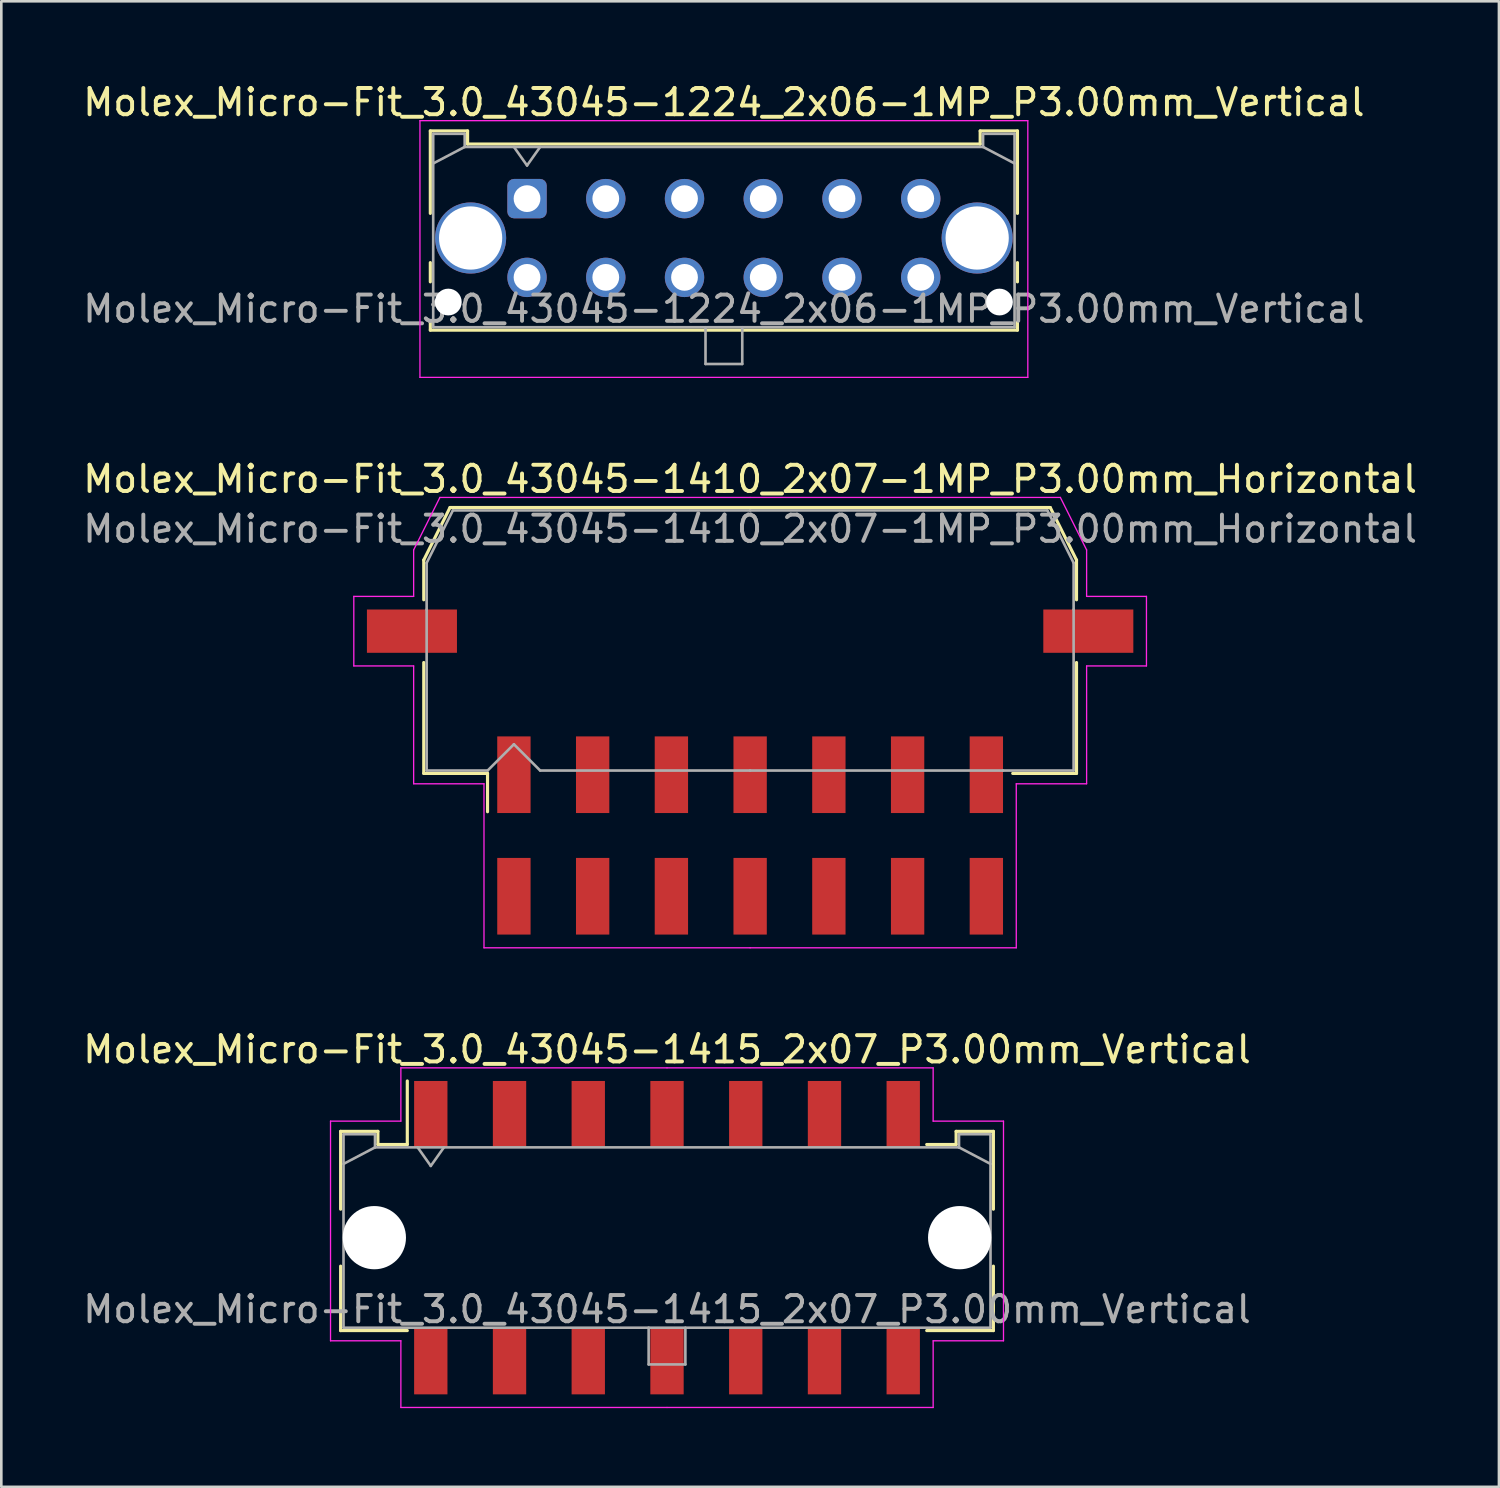
<source format=kicad_pcb>
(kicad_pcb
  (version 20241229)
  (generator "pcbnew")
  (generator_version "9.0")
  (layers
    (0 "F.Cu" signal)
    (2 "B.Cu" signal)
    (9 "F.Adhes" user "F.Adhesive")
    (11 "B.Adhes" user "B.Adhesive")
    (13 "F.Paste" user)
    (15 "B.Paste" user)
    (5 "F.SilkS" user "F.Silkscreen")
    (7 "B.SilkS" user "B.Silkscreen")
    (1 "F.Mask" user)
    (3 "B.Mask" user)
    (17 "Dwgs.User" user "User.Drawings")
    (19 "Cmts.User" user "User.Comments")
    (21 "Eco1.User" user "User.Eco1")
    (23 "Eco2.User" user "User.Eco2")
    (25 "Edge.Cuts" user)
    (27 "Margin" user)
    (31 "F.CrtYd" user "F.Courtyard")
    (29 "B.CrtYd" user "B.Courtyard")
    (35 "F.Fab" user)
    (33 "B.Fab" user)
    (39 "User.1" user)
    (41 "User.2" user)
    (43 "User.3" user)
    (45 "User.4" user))
  (footprint "Molex_Micro-Fit_3.0_43045-1415_2x07_P3.00mm_Vertical"
    (layer "F.Cu")
    (at 22.363 44.105)
    (property "Reference" "Molex_Micro-Fit_3.0_43045-1415_2x07_P3.00mm_Vertical" (at 0 -7.17 0) (layer "F.SilkS") (effects (font (size 1 1) (thickness 0.15))))
    (attr smd)
    (fp_line (start -12.435 -4.05) (end -11.015 -4.05) (stroke (width 0.12) (type solid)) (layer "F.SilkS"))
    (fp_line (start -12.435 -1.085) (end -12.435 -4.05) (stroke (width 0.12) (type solid)) (layer "F.SilkS"))
    (fp_line (start -12.435 1.085) (end -12.435 3.54) (stroke (width 0.12) (type solid)) (layer "F.SilkS"))
    (fp_line (start -12.435 3.54) (end -9.895 3.54) (stroke (width 0.12) (type solid)) (layer "F.SilkS"))
    (fp_line (start -11.015 -4.05) (end -11.015 -3.55) (stroke (width 0.12) (type solid)) (layer "F.SilkS"))
    (fp_line (start -11.015 -3.55) (end -9.895 -3.55) (stroke (width 0.12) (type solid)) (layer "F.SilkS"))
    (fp_line (start -9.895 -3.55) (end -9.895 -5.97) (stroke (width 0.12) (type solid)) (layer "F.SilkS"))
    (fp_line (start 11.015 -4.05) (end 11.015 -3.55) (stroke (width 0.12) (type solid)) (layer "F.SilkS"))
    (fp_line (start 11.015 -3.55) (end 9.895 -3.55) (stroke (width 0.12) (type solid)) (layer "F.SilkS"))
    (fp_line (start 12.435 -4.05) (end 11.015 -4.05) (stroke (width 0.12) (type solid)) (layer "F.SilkS"))
    (fp_line (start 12.435 -1.085) (end 12.435 -4.05) (stroke (width 0.12) (type solid)) (layer "F.SilkS"))
    (fp_line (start 12.435 1.085) (end 12.435 3.54) (stroke (width 0.12) (type solid)) (layer "F.SilkS"))
    (fp_line (start 12.435 3.54) (end 9.895 3.54) (stroke (width 0.12) (type solid)) (layer "F.SilkS"))
    (fp_line (start -12.82 -4.44) (end -12.82 3.93) (stroke (width 0.05) (type solid)) (layer "F.CrtYd"))
    (fp_line (start -12.82 3.93) (end -10.14 3.93) (stroke (width 0.05) (type solid)) (layer "F.CrtYd"))
    (fp_line (start -10.14 -6.47) (end -10.14 -4.44) (stroke (width 0.05) (type solid)) (layer "F.CrtYd"))
    (fp_line (start -10.14 -4.44) (end -12.82 -4.44) (stroke (width 0.05) (type solid)) (layer "F.CrtYd"))
    (fp_line (start -10.14 3.93) (end -10.14 6.47) (stroke (width 0.05) (type solid)) (layer "F.CrtYd"))
    (fp_line (start -10.14 6.47) (end 0 6.47) (stroke (width 0.05) (type solid)) (layer "F.CrtYd"))
    (fp_line (start 0 -6.47) (end -10.14 -6.47) (stroke (width 0.05) (type solid)) (layer "F.CrtYd"))
    (fp_line (start 0 -6.47) (end 10.14 -6.47) (stroke (width 0.05) (type solid)) (layer "F.CrtYd"))
    (fp_line (start 10.14 -6.47) (end 10.14 -4.44) (stroke (width 0.05) (type solid)) (layer "F.CrtYd"))
    (fp_line (start 10.14 -4.44) (end 12.82 -4.44) (stroke (width 0.05) (type solid)) (layer "F.CrtYd"))
    (fp_line (start 10.14 3.93) (end 10.14 6.47) (stroke (width 0.05) (type solid)) (layer "F.CrtYd"))
    (fp_line (start 10.14 6.47) (end 0 6.47) (stroke (width 0.05) (type solid)) (layer "F.CrtYd"))
    (fp_line (start 12.82 -4.44) (end 12.82 3.93) (stroke (width 0.05) (type solid)) (layer "F.CrtYd"))
    (fp_line (start 12.82 3.93) (end 10.14 3.93) (stroke (width 0.05) (type solid)) (layer "F.CrtYd"))
    (fp_line (start -12.325 -3.94) (end -12.325 3.43) (stroke (width 0.1) (type solid)) (layer "F.Fab"))
    (fp_line (start -12.325 -2.81) (end -11.125 -3.44) (stroke (width 0.1) (type solid)) (layer "F.Fab"))
    (fp_line (start -12.325 3.43) (end 12.325 3.43) (stroke (width 0.1) (type solid)) (layer "F.Fab"))
    (fp_line (start -11.125 -3.94) (end -12.325 -3.94) (stroke (width 0.1) (type solid)) (layer "F.Fab"))
    (fp_line (start -11.125 -3.44) (end -11.125 -3.94) (stroke (width 0.1) (type solid)) (layer "F.Fab"))
    (fp_line (start -9.5 -3.44) (end -9 -2.733) (stroke (width 0.1) (type solid)) (layer "F.Fab"))
    (fp_line (start -9 -2.733) (end -8.5 -3.44) (stroke (width 0.1) (type solid)) (layer "F.Fab"))
    (fp_line (start -0.7 3.43) (end -0.7 4.83) (stroke (width 0.1) (type solid)) (layer "F.Fab"))
    (fp_line (start -0.7 4.83) (end 0.7 4.83) (stroke (width 0.1) (type solid)) (layer "F.Fab"))
    (fp_line (start 0.7 4.83) (end 0.7 3.43) (stroke (width 0.1) (type solid)) (layer "F.Fab"))
    (fp_line (start 11.125 -3.94) (end 11.125 -3.44) (stroke (width 0.1) (type solid)) (layer "F.Fab"))
    (fp_line (start 11.125 -3.44) (end -11.125 -3.44) (stroke (width 0.1) (type solid)) (layer "F.Fab"))
    (fp_line (start 12.325 -3.94) (end 11.125 -3.94) (stroke (width 0.1) (type solid)) (layer "F.Fab"))
    (fp_line (start 12.325 -2.81) (end 11.125 -3.44) (stroke (width 0.1) (type solid)) (layer "F.Fab"))
    (fp_line (start 12.325 3.43) (end 12.325 -3.94) (stroke (width 0.1) (type solid)) (layer "F.Fab"))
    (fp_text user "${REFERENCE}" (at 0 2.73 0) (layer "F.Fab") (effects (font (size 1 1) (thickness 0.15))))
    (pad "" np_thru_hole circle (at -11.15 0) (size 2.41 2.41) (drill 2.41) (layers "*.Cu" "*.Mask"))
    (pad "" np_thru_hole circle (at 11.15 0) (size 2.41 2.41) (drill 2.41) (layers "*.Cu" "*.Mask"))
    (pad "1" smd rect (at -9 -4.7) (size 1.27 2.54) (layers "F.Cu" "F.Mask" "F.Paste"))
    (pad "2" smd rect (at -6 -4.7) (size 1.27 2.54) (layers "F.Cu" "F.Mask" "F.Paste"))
    (pad "3" smd rect (at -3 -4.7) (size 1.27 2.54) (layers "F.Cu" "F.Mask" "F.Paste"))
    (pad "4" smd rect (at 0 -4.7) (size 1.27 2.54) (layers "F.Cu" "F.Mask" "F.Paste"))
    (pad "5" smd rect (at 3 -4.7) (size 1.27 2.54) (layers "F.Cu" "F.Mask" "F.Paste"))
    (pad "6" smd rect (at 6 -4.7) (size 1.27 2.54) (layers "F.Cu" "F.Mask" "F.Paste"))
    (pad "7" smd rect (at 9 -4.7) (size 1.27 2.54) (layers "F.Cu" "F.Mask" "F.Paste"))
    (pad "8" smd rect (at -9 4.7) (size 1.27 2.54) (layers "F.Cu" "F.Mask" "F.Paste"))
    (pad "9" smd rect (at -6 4.7) (size 1.27 2.54) (layers "F.Cu" "F.Mask" "F.Paste"))
    (pad "10" smd rect (at -3 4.7) (size 1.27 2.54) (layers "F.Cu" "F.Mask" "F.Paste"))
    (pad "11" smd rect (at 0 4.7) (size 1.27 2.54) (layers "F.Cu" "F.Mask" "F.Paste"))
    (pad "12" smd rect (at 3 4.7) (size 1.27 2.54) (layers "F.Cu" "F.Mask" "F.Paste"))
    (pad "13" smd rect (at 6 4.7) (size 1.27 2.54) (layers "F.Cu" "F.Mask" "F.Paste"))
    (pad "14" smd rect (at 9 4.7) (size 1.27 2.54) (layers "F.Cu" "F.Mask" "F.Paste")))
  (footprint "Molex_Micro-Fit_3.0_43045-1224_2x06-1MP_P3.00mm_Vertical"
    (layer "F.Cu")
    (at 17.03 4.518)
    (property "Reference" "Molex_Micro-Fit_3.0_43045-1224_2x06-1MP_P3.00mm_Vertical" (at 7.5 -3.67 0) (layer "F.SilkS") (effects (font (size 1 1) (thickness 0.15))))
    (fp_line (start -3.685 -2.58) (end -2.265 -2.58) (stroke (width 0.12) (type solid)) (layer "F.SilkS"))
    (fp_line (start -3.685 0.562) (end -3.685 -2.58) (stroke (width 0.12) (type solid)) (layer "F.SilkS"))
    (fp_line (start -3.685 2.438) (end -3.685 3.17) (stroke (width 0.12) (type solid)) (layer "F.SilkS"))
    (fp_line (start -3.685 4.71) (end -3.685 5.01) (stroke (width 0.12) (type solid)) (layer "F.SilkS"))
    (fp_line (start -3.685 5.01) (end 18.685 5.01) (stroke (width 0.12) (type solid)) (layer "F.SilkS"))
    (fp_line (start -2.265 -2.58) (end -2.265 -2.08) (stroke (width 0.12) (type solid)) (layer "F.SilkS"))
    (fp_line (start -2.265 -2.08) (end 17.265 -2.08) (stroke (width 0.12) (type solid)) (layer "F.SilkS"))
    (fp_line (start 17.265 -2.58) (end 18.685 -2.58) (stroke (width 0.12) (type solid)) (layer "F.SilkS"))
    (fp_line (start 17.265 -2.08) (end 17.265 -2.58) (stroke (width 0.12) (type solid)) (layer "F.SilkS"))
    (fp_line (start 18.685 -2.58) (end 18.685 0.562) (stroke (width 0.12) (type solid)) (layer "F.SilkS"))
    (fp_line (start 18.685 2.438) (end 18.685 3.17) (stroke (width 0.12) (type solid)) (layer "F.SilkS"))
    (fp_line (start 18.685 5.01) (end 18.685 4.71) (stroke (width 0.12) (type solid)) (layer "F.SilkS"))
    (fp_line (start -4.08 -2.97) (end 19.08 -2.97) (stroke (width 0.05) (type solid)) (layer "F.CrtYd"))
    (fp_line (start -4.08 6.81) (end -4.08 -2.97) (stroke (width 0.05) (type solid)) (layer "F.CrtYd"))
    (fp_line (start 19.08 -2.97) (end 19.08 6.81) (stroke (width 0.05) (type solid)) (layer "F.CrtYd"))
    (fp_line (start 19.08 6.81) (end -4.08 6.81) (stroke (width 0.05) (type solid)) (layer "F.CrtYd"))
    (fp_line (start -3.575 -2.47) (end -3.575 4.9) (stroke (width 0.1) (type solid)) (layer "F.Fab"))
    (fp_line (start -3.575 -1.34) (end -2.375 -1.97) (stroke (width 0.1) (type solid)) (layer "F.Fab"))
    (fp_line (start -3.575 4.9) (end 18.575 4.9) (stroke (width 0.1) (type solid)) (layer "F.Fab"))
    (fp_line (start -2.375 -2.47) (end -3.575 -2.47) (stroke (width 0.1) (type solid)) (layer "F.Fab"))
    (fp_line (start -2.375 -1.97) (end -2.375 -2.47) (stroke (width 0.1) (type solid)) (layer "F.Fab"))
    (fp_line (start -0.5 -1.97) (end 0 -1.263) (stroke (width 0.1) (type solid)) (layer "F.Fab"))
    (fp_line (start 0 -1.263) (end 0.5 -1.97) (stroke (width 0.1) (type solid)) (layer "F.Fab"))
    (fp_line (start 6.8 4.9) (end 6.8 6.3) (stroke (width 0.1) (type solid)) (layer "F.Fab"))
    (fp_line (start 6.8 6.3) (end 8.2 6.3) (stroke (width 0.1) (type solid)) (layer "F.Fab"))
    (fp_line (start 8.2 6.3) (end 8.2 4.9) (stroke (width 0.1) (type solid)) (layer "F.Fab"))
    (fp_line (start 17.375 -2.47) (end 17.375 -1.97) (stroke (width 0.1) (type solid)) (layer "F.Fab"))
    (fp_line (start 17.375 -1.97) (end -2.375 -1.97) (stroke (width 0.1) (type solid)) (layer "F.Fab"))
    (fp_line (start 18.575 -2.47) (end 17.375 -2.47) (stroke (width 0.1) (type solid)) (layer "F.Fab"))
    (fp_line (start 18.575 -1.34) (end 17.375 -1.97) (stroke (width 0.1) (type solid)) (layer "F.Fab"))
    (fp_line (start 18.575 4.9) (end 18.575 -2.47) (stroke (width 0.1) (type solid)) (layer "F.Fab"))
    (fp_text user "${REFERENCE}" (at 7.5 4.2 0) (layer "F.Fab") (effects (font (size 1 1) (thickness 0.15))))
    (pad "" np_thru_hole circle (at -3 3.94) (size 1.02 1.02) (drill 1.02) (layers "*.Cu" "*.Mask"))
    (pad "" np_thru_hole circle (at 18 3.94) (size 1.02 1.02) (drill 1.02) (layers "*.Cu" "*.Mask"))
    (pad "1" thru_hole roundrect (at 0 0) (size 1.5 1.5) (drill 1.02) (layers "*.Cu" "*.Mask") (roundrect_rratio 0.167))
    (pad "2" thru_hole circle (at 3 0) (size 1.5 1.5) (drill 1.02) (layers "*.Cu" "*.Mask"))
    (pad "3" thru_hole circle (at 6 0) (size 1.5 1.5) (drill 1.02) (layers "*.Cu" "*.Mask"))
    (pad "4" thru_hole circle (at 9 0) (size 1.5 1.5) (drill 1.02) (layers "*.Cu" "*.Mask"))
    (pad "5" thru_hole circle (at 12 0) (size 1.5 1.5) (drill 1.02) (layers "*.Cu" "*.Mask"))
    (pad "6" thru_hole circle (at 15 0) (size 1.5 1.5) (drill 1.02) (layers "*.Cu" "*.Mask"))
    (pad "7" thru_hole circle (at 0 3) (size 1.5 1.5) (drill 1.02) (layers "*.Cu" "*.Mask"))
    (pad "8" thru_hole circle (at 3 3) (size 1.5 1.5) (drill 1.02) (layers "*.Cu" "*.Mask"))
    (pad "9" thru_hole circle (at 6 3) (size 1.5 1.5) (drill 1.02) (layers "*.Cu" "*.Mask"))
    (pad "10" thru_hole circle (at 9 3) (size 1.5 1.5) (drill 1.02) (layers "*.Cu" "*.Mask"))
    (pad "11" thru_hole circle (at 12 3) (size 1.5 1.5) (drill 1.02) (layers "*.Cu" "*.Mask"))
    (pad "12" thru_hole circle (at 15 3) (size 1.5 1.5) (drill 1.02) (layers "*.Cu" "*.Mask"))
    (pad "MP" thru_hole circle (at -2.15 1.5) (size 2.71 2.71) (drill 2.41) (layers "*.Cu" "*.Mask"))
    (pad "MP" thru_hole circle (at 17.15 1.5) (size 2.71 2.71) (drill 2.41) (layers "*.Cu" "*.Mask")))
  (footprint "Molex_Micro-Fit_3.0_43045-1410_2x07-1MP_P3.00mm_Horizontal"
    (layer "F.Cu")
    (at 25.53 28.782)
    (property "Reference" "Molex_Micro-Fit_3.0_43045-1410_2x07-1MP_P3.00mm_Horizontal" (at 0 -13.58 0) (layer "F.SilkS") (effects (font (size 1 1) (thickness 0.15))))
    (attr smd)
    (fp_line (start -12.435 -10.495) (end -12.435 -8.98) (stroke (width 0.12) (type solid)) (layer "F.SilkS"))
    (fp_line (start -12.435 -6.59) (end -12.435 -2.365) (stroke (width 0.12) (type solid)) (layer "F.SilkS"))
    (fp_line (start -12.435 -2.365) (end -10.005 -2.365) (stroke (width 0.12) (type solid)) (layer "F.SilkS"))
    (fp_line (start -11.435 -12.495) (end -12.435 -10.495) (stroke (width 0.12) (type solid)) (layer "F.SilkS"))
    (fp_line (start -10.005 -2.365) (end -10.005 -0.905) (stroke (width 0.12) (type solid)) (layer "F.SilkS"))
    (fp_line (start 0 -12.495) (end -11.435 -12.495) (stroke (width 0.12) (type solid)) (layer "F.SilkS"))
    (fp_line (start 0 -12.495) (end 11.435 -12.495) (stroke (width 0.12) (type solid)) (layer "F.SilkS"))
    (fp_line (start 11.435 -12.495) (end 12.435 -10.495) (stroke (width 0.12) (type solid)) (layer "F.SilkS"))
    (fp_line (start 12.435 -10.495) (end 12.435 -8.98) (stroke (width 0.12) (type solid)) (layer "F.SilkS"))
    (fp_line (start 12.435 -6.59) (end 12.435 -2.365) (stroke (width 0.12) (type solid)) (layer "F.SilkS"))
    (fp_line (start 12.435 -2.365) (end 10.005 -2.365) (stroke (width 0.12) (type solid)) (layer "F.SilkS"))
    (fp_line (start -15.1 -9.11) (end -15.1 -6.46) (stroke (width 0.05) (type solid)) (layer "F.CrtYd"))
    (fp_line (start -15.1 -6.46) (end -12.82 -6.46) (stroke (width 0.05) (type solid)) (layer "F.CrtYd"))
    (fp_line (start -12.82 -10.88) (end -12.82 -9.11) (stroke (width 0.05) (type solid)) (layer "F.CrtYd"))
    (fp_line (start -12.82 -9.11) (end -15.1 -9.11) (stroke (width 0.05) (type solid)) (layer "F.CrtYd"))
    (fp_line (start -12.82 -6.46) (end -12.82 -1.97) (stroke (width 0.05) (type solid)) (layer "F.CrtYd"))
    (fp_line (start -12.82 -1.97) (end -10.14 -1.97) (stroke (width 0.05) (type solid)) (layer "F.CrtYd"))
    (fp_line (start -11.82 -12.88) (end -12.82 -10.88) (stroke (width 0.05) (type solid)) (layer "F.CrtYd"))
    (fp_line (start -10.14 -1.97) (end -10.14 4.28) (stroke (width 0.05) (type solid)) (layer "F.CrtYd"))
    (fp_line (start -10.14 4.28) (end 0 4.28) (stroke (width 0.05) (type solid)) (layer "F.CrtYd"))
    (fp_line (start 0 -12.88) (end -11.82 -12.88) (stroke (width 0.05) (type solid)) (layer "F.CrtYd"))
    (fp_line (start 0 -12.88) (end 11.82 -12.88) (stroke (width 0.05) (type solid)) (layer "F.CrtYd"))
    (fp_line (start 10.14 -1.97) (end 10.14 4.28) (stroke (width 0.05) (type solid)) (layer "F.CrtYd"))
    (fp_line (start 10.14 4.28) (end 0 4.28) (stroke (width 0.05) (type solid)) (layer "F.CrtYd"))
    (fp_line (start 11.82 -12.88) (end 12.82 -10.88) (stroke (width 0.05) (type solid)) (layer "F.CrtYd"))
    (fp_line (start 12.82 -10.88) (end 12.82 -9.11) (stroke (width 0.05) (type solid)) (layer "F.CrtYd"))
    (fp_line (start 12.82 -9.11) (end 15.1 -9.11) (stroke (width 0.05) (type solid)) (layer "F.CrtYd"))
    (fp_line (start 12.82 -6.46) (end 12.82 -1.97) (stroke (width 0.05) (type solid)) (layer "F.CrtYd"))
    (fp_line (start 12.82 -1.97) (end 10.14 -1.97) (stroke (width 0.05) (type solid)) (layer "F.CrtYd"))
    (fp_line (start 15.1 -9.11) (end 15.1 -6.46) (stroke (width 0.05) (type solid)) (layer "F.CrtYd"))
    (fp_line (start 15.1 -6.46) (end 12.82 -6.46) (stroke (width 0.05) (type solid)) (layer "F.CrtYd"))
    (fp_line (start -12.325 -10.385) (end -12.325 -8.61) (stroke (width 0.1) (type solid)) (layer "F.Fab"))
    (fp_line (start -12.325 -8.61) (end -12.325 -2.475) (stroke (width 0.1) (type solid)) (layer "F.Fab"))
    (fp_line (start -12.325 -2.475) (end -10 -2.475) (stroke (width 0.1) (type solid)) (layer "F.Fab"))
    (fp_line (start -11.325 -12.385) (end -12.325 -10.385) (stroke (width 0.1) (type solid)) (layer "F.Fab"))
    (fp_line (start -10 -2.475) (end -9 -3.475) (stroke (width 0.1) (type solid)) (layer "F.Fab"))
    (fp_line (start -9 -3.475) (end -8 -2.475) (stroke (width 0.1) (type solid)) (layer "F.Fab"))
    (fp_line (start -8 -2.475) (end 0 -2.475) (stroke (width 0.1) (type solid)) (layer "F.Fab"))
    (fp_line (start 0 -12.385) (end -11.325 -12.385) (stroke (width 0.1) (type solid)) (layer "F.Fab"))
    (fp_line (start 0 -12.385) (end 11.325 -12.385) (stroke (width 0.1) (type solid)) (layer "F.Fab"))
    (fp_line (start 9.635 -2.475) (end 0 -2.475) (stroke (width 0.1) (type solid)) (layer "F.Fab"))
    (fp_line (start 11.325 -12.385) (end 12.325 -10.385) (stroke (width 0.1) (type solid)) (layer "F.Fab"))
    (fp_line (start 12.325 -10.385) (end 12.325 -8.61) (stroke (width 0.1) (type solid)) (layer "F.Fab"))
    (fp_line (start 12.325 -8.61) (end 12.325 -2.475) (stroke (width 0.1) (type solid)) (layer "F.Fab"))
    (fp_line (start 12.325 -2.475) (end 9.635 -2.475) (stroke (width 0.1) (type solid)) (layer "F.Fab"))
    (fp_text user "${REFERENCE}" (at 0 -11.68 0) (layer "F.Fab") (effects (font (size 1 1) (thickness 0.15))))
    (pad "1" smd rect (at -9 -2.315) (size 1.27 2.92) (layers "F.Cu" "F.Mask" "F.Paste"))
    (pad "2" smd rect (at -6 -2.315) (size 1.27 2.92) (layers "F.Cu" "F.Mask" "F.Paste"))
    (pad "3" smd rect (at -3 -2.315) (size 1.27 2.92) (layers "F.Cu" "F.Mask" "F.Paste"))
    (pad "4" smd rect (at 0 -2.315) (size 1.27 2.92) (layers "F.Cu" "F.Mask" "F.Paste"))
    (pad "5" smd rect (at 3 -2.315) (size 1.27 2.92) (layers "F.Cu" "F.Mask" "F.Paste"))
    (pad "6" smd rect (at 6 -2.315) (size 1.27 2.92) (layers "F.Cu" "F.Mask" "F.Paste"))
    (pad "7" smd rect (at 9 -2.315) (size 1.27 2.92) (layers "F.Cu" "F.Mask" "F.Paste"))
    (pad "8" smd rect (at -9 2.315) (size 1.27 2.92) (layers "F.Cu" "F.Mask" "F.Paste"))
    (pad "9" smd rect (at -6 2.315) (size 1.27 2.92) (layers "F.Cu" "F.Mask" "F.Paste"))
    (pad "10" smd rect (at -3 2.315) (size 1.27 2.92) (layers "F.Cu" "F.Mask" "F.Paste"))
    (pad "11" smd rect (at 0 2.315) (size 1.27 2.92) (layers "F.Cu" "F.Mask" "F.Paste"))
    (pad "12" smd rect (at 3 2.315) (size 1.27 2.92) (layers "F.Cu" "F.Mask" "F.Paste"))
    (pad "13" smd rect (at 6 2.315) (size 1.27 2.92) (layers "F.Cu" "F.Mask" "F.Paste"))
    (pad "14" smd rect (at 9 2.315) (size 1.27 2.92) (layers "F.Cu" "F.Mask" "F.Paste"))
    (pad "MP" smd rect (at -12.885 -7.785) (size 3.43 1.65) (layers "F.Cu" "F.Mask" "F.Paste"))
    (pad "MP" smd rect (at 12.885 -7.785) (size 3.43 1.65) (layers "F.Cu" "F.Mask" "F.Paste")))
  (gr_rect
    (start -3 -3)
    (end 54.06 53.6)
    (stroke (width 0.1) (type default))
    (fill no)
    (layer "Edge.Cuts")))
</source>
